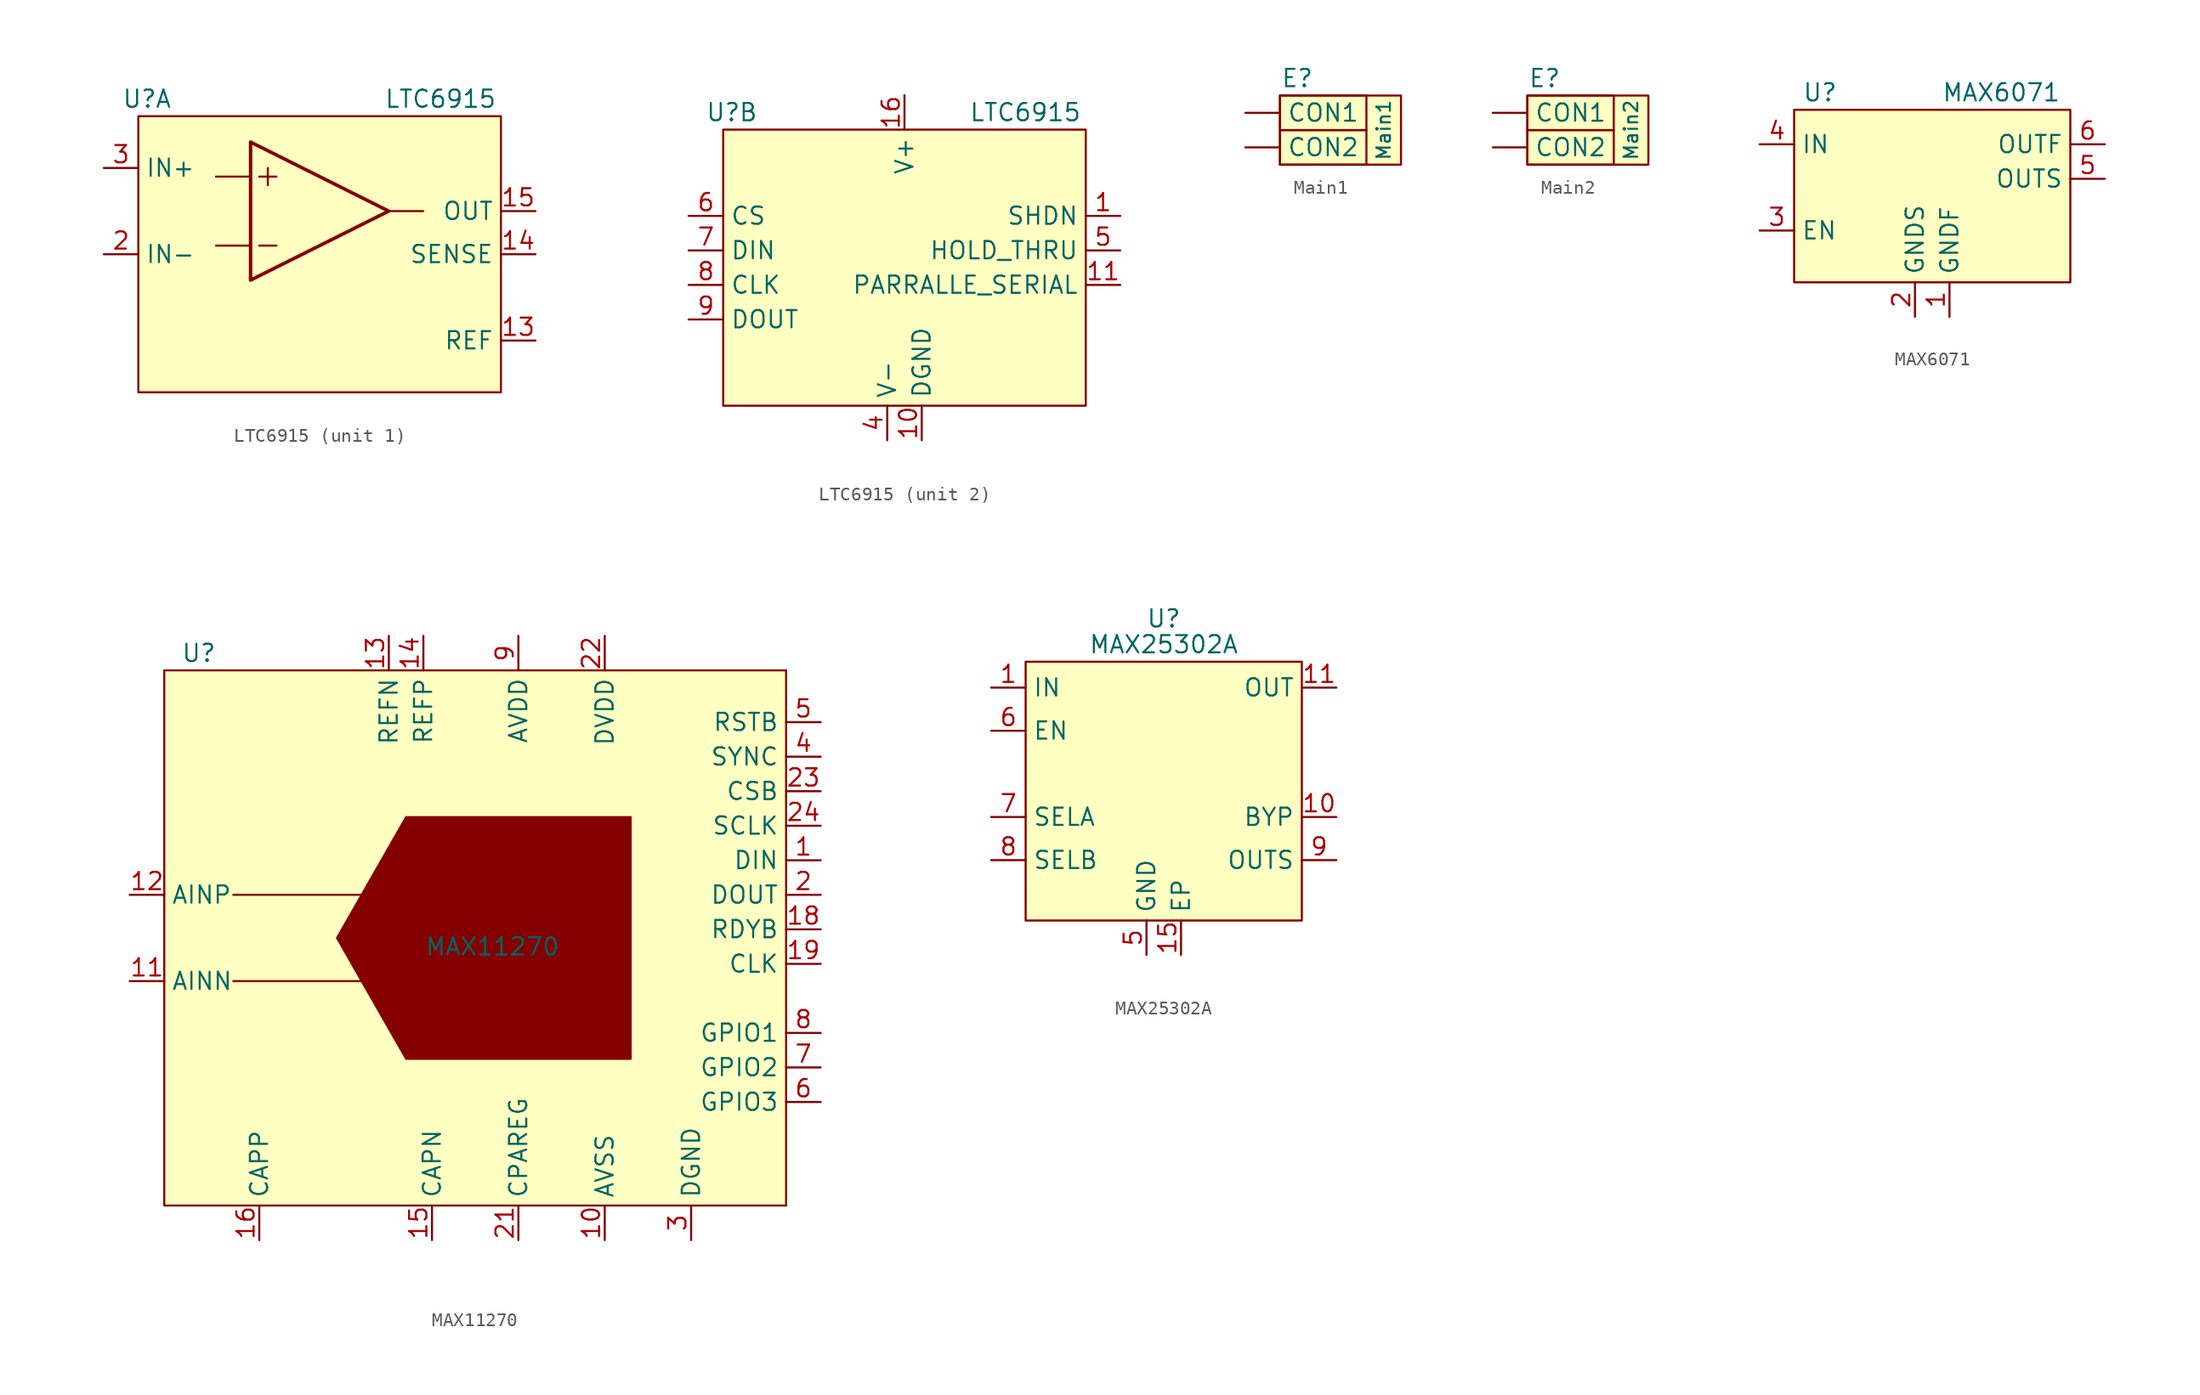
<source format=kicad_sym>
(kicad_symbol_lib
  (version 20220914)
  (generator kicad_symbol_editor)
  (symbol "LTC6915"
    (property "Reference" "U"
      (at -12.7 11.43 0)
      (effects (font (size 1.27 1.27))))
    (property "Value" "LTC6915"
      (at 8.89 11.43 0)
      (effects (font (size 1.27 1.27))))
    (property "ki_locked" ""
      (at 0 0 0)
      (effects (font (size 1.27 1.27))))
    (symbol "LTC6915_0_0"
      (rectangle (start -13.335 10.16) (end 13.335 -10.16) (stroke (width 0) (type default)) (fill (type background))))
    (symbol "LTC6915_1_0"
      (polyline (pts (xy -5.08 0.635) (xy -7.62 0.635)) (stroke (width 0) (type default)) (fill (type none)))
      (polyline (pts (xy -5.08 5.715) (xy -7.62 5.715)) (stroke (width 0) (type default)) (fill (type none)))
      (polyline (pts (xy -4.445 0.635) (xy -3.175 0.635)) (stroke (width 0) (type default)) (fill (type none)))
      (polyline (pts (xy -4.445 5.715) (xy -3.175 5.715)) (stroke (width 0) (type default)) (fill (type none)))
      (polyline (pts (xy -3.81 5.08) (xy -3.81 6.35)) (stroke (width 0) (type default)) (fill (type none)))
      (polyline (pts (xy 5.08 3.175) (xy 7.62 3.175)) (stroke (width 0) (type default)) (fill (type none))))
    (symbol "LTC6915_1_1"
      (polyline (pts (xy -5.08 8.255) (xy 5.08 3.175) (xy -5.08 -1.905) (xy -5.08 8.255)) (stroke (width 0.254) (type default)) (fill (type background)))
      (pin bidirectional line (at 15.875 -6.35 180) (length 2.54) (name "REF" (effects (font (size 1.27 1.27)))) (number "13" (effects (font (size 1.27 1.27)))))
      (pin output line (at 15.875 0 180) (length 2.54) (name "SENSE" (effects (font (size 1.27 1.27)))) (number "14" (effects (font (size 1.27 1.27)))))
      (pin output line (at 15.875 3.175 180) (length 2.54) (name "OUT" (effects (font (size 1.27 1.27)))) (number "15" (effects (font (size 1.27 1.27)))))
      (pin input line (at -15.875 0 0) (length 2.54) (name "IN-" (effects (font (size 1.27 1.27)))) (number "2" (effects (font (size 1.27 1.27)))))
      (pin input line (at -15.875 6.35 0) (length 2.54) (name "IN+" (effects (font (size 1.27 1.27)))) (number "3" (effects (font (size 1.27 1.27))))))
    (symbol "LTC6915_2_1"
      (pin output line (at 15.875 3.81 180) (length 2.54) (name "SHDN" (effects (font (size 1.27 1.27)))) (number "1" (effects (font (size 1.27 1.27)))))
      (pin power_in line (at 1.27 -12.7 90) (length 2.54) (name "DGND" (effects (font (size 1.27 1.27)))) (number "10" (effects (font (size 1.27 1.27)))))
      (pin input line (at 15.875 -1.27 180) (length 2.54) (name "PARRALLE_SERIAL" (effects (font (size 1.27 1.27)))) (number "11" (effects (font (size 1.27 1.27)))))
      (pin power_in line (at 0 12.7 270) (length 2.54) (name "V+" (effects (font (size 1.27 1.27)))) (number "16" (effects (font (size 1.27 1.27)))))
      (pin power_in line (at -1.27 -12.7 90) (length 2.54) (name "V-" (effects (font (size 1.27 1.27)))) (number "4" (effects (font (size 1.27 1.27)))))
      (pin output line (at 15.875 1.27 180) (length 2.54) (name "HOLD_THRU" (effects (font (size 1.27 1.27)))) (number "5" (effects (font (size 1.27 1.27)))))
      (pin input line (at -15.875 3.81 0) (length 2.54) (name "CS" (effects (font (size 1.27 1.27)))) (number "6" (effects (font (size 1.27 1.27)))))
      (pin input line (at -15.875 1.27 0) (length 2.54) (name "DIN" (effects (font (size 1.27 1.27)))) (number "7" (effects (font (size 1.27 1.27)))))
      (pin input line (at -15.875 -1.27 0) (length 2.54) (name "CLK" (effects (font (size 1.27 1.27)))) (number "8" (effects (font (size 1.27 1.27)))))
      (pin output line (at -15.875 -3.81 0) (length 2.54) (name "DOUT" (effects (font (size 1.27 1.27)))) (number "9" (effects (font (size 1.27 1.27)))))))
  (symbol "Main1"
    (property "Reference" "E"
      (at -5.08 3.81 0)
      (effects (font (size 1.27 1.27))))
    (property "Value" "Main1"
      (at 1.27 0 90)
      (effects (font (size 1 1))))
    (symbol "Main1_0_1"
      (rectangle (start -6.35 0) (end 0 -2.54) (stroke (width 0) (type default)) (fill (type none)))
      (rectangle (start -6.35 2.54) (end 0 0) (stroke (width 0) (type default)) (fill (type none)))
      (rectangle (start -6.35 2.54) (end 2.54 -2.54) (stroke (width 0) (type default)) (fill (type background))))
    (symbol "Main1_1_1"
      (pin power_in line (at -8.89 1.27 0) (length 2.54) (name "CON1" (effects (font (size 1.27 1.27)))) (number "" (effects (font (size 1.27 1.27)))))
      (pin power_in line (at -8.89 -1.27 0) (length 2.54) (name "CON2" (effects (font (size 1.27 1.27)))) (number "" (effects (font (size 1.27 1.27)))))))
  (symbol "Main2"
    (property "Reference" "E"
      (at -5.08 3.81 0)
      (effects (font (size 1.27 1.27))))
    (property "Value" "Main2"
      (at 1.27 0 90)
      (effects (font (size 1 1))))
    (symbol "Main2_0_1"
      (rectangle (start -6.35 0) (end 0 -2.54) (stroke (width 0) (type default)) (fill (type none)))
      (rectangle (start -6.35 2.54) (end 0 0) (stroke (width 0) (type default)) (fill (type none)))
      (rectangle (start -6.35 2.54) (end 2.54 -2.54) (stroke (width 0) (type default)) (fill (type background))))
    (symbol "Main2_1_1"
      (pin power_in line (at -8.89 1.27 0) (length 2.54) (name "CON1" (effects (font (size 1.27 1.27)))) (number "" (effects (font (size 1.27 1.27)))))
      (pin power_in line (at -8.89 -1.27 0) (length 2.54) (name "CON2" (effects (font (size 1.27 1.27)))) (number "" (effects (font (size 1.27 1.27)))))))
  (symbol "MAX6071"
    (property "Reference" "U"
      (at -8.255 7.62 0)
      (effects (font (size 1.27 1.27))))
    (property "Value" "MAX6071"
      (at 5.08 7.62 0)
      (effects (font (size 1.27 1.27))))
    (symbol "MAX6071_0_1"
      (rectangle (start -10.16 6.35) (end 10.16 -6.35) (stroke (width 0) (type default)) (fill (type background))))
    (symbol "MAX6071_1_1"
      (pin power_in line (at 1.27 -8.89 90) (length 2.54) (name "GNDF" (effects (font (size 1.27 1.27)))) (number "1" (effects (font (size 1.27 1.27)))))
      (pin power_in line (at -1.27 -8.89 90) (length 2.54) (name "GNDS" (effects (font (size 1.27 1.27)))) (number "2" (effects (font (size 1.27 1.27)))))
      (pin input line (at -12.7 -2.54 0) (length 2.54) (name "EN" (effects (font (size 1.27 1.27)))) (number "3" (effects (font (size 1.27 1.27)))))
      (pin power_in line (at -12.7 3.81 0) (length 2.54) (name "IN" (effects (font (size 1.27 1.27)))) (number "4" (effects (font (size 1.27 1.27)))))
      (pin output line (at 12.7 1.27 180) (length 2.54) (name "OUTS" (effects (font (size 1.27 1.27)))) (number "5" (effects (font (size 1.27 1.27)))))
      (pin output line (at 12.7 3.81 180) (length 2.54) (name "OUTF" (effects (font (size 1.27 1.27)))) (number "6" (effects (font (size 1.27 1.27)))))))
  (symbol "MAX11270"
    (property "Reference" "U"
      (at -20.32 24.13 0)
      (effects (font (size 1.27 1.27))))
    (property "Value" "MAX11270"
      (at 1.27 2.54 0)
      (effects (font (size 1.27 1.27))))
    (symbol "MAX11270_0_1"
      (rectangle (start -22.86 22.86) (end 22.86 -16.51) (stroke (width 0) (type default)) (fill (type background)))
      (polyline (pts (xy -17.78 0) (xy -5.08 0)) (stroke (width 0) (type default)) (fill (type none)))
      (polyline (pts (xy -17.78 6.35) (xy -5.08 6.35)) (stroke (width 0) (type default)) (fill (type none)))
      (polyline (pts (xy -10.16 3.175) (xy -5.08 12.065) (xy 11.43 12.065) (xy 11.43 -5.715) (xy -5.08 -5.715) (xy -10.16 3.175)) (stroke (width 0) (type default)) (fill (type outline))))
    (symbol "MAX11270_1_1"
      (pin input line (at 25.4 8.89 180) (length 2.54) (name "DIN" (effects (font (size 1.27 1.27)))) (number "1" (effects (font (size 1.27 1.27)))))
      (pin power_in line (at 9.525 -19.05 90) (length 2.54) (name "AVSS" (effects (font (size 1.27 1.27)))) (number "10" (effects (font (size 1.27 1.27)))))
      (pin input line (at -25.4 0 0) (length 2.54) (name "AINN" (effects (font (size 1.27 1.27)))) (number "11" (effects (font (size 1.27 1.27)))))
      (pin input line (at -25.4 6.35 0) (length 2.54) (name "AINP" (effects (font (size 1.27 1.27)))) (number "12" (effects (font (size 1.27 1.27)))))
      (pin power_in line (at -6.35 25.4 270) (length 2.54) (name "REFN" (effects (font (size 1.27 1.27)))) (number "13" (effects (font (size 1.27 1.27)))))
      (pin power_in line (at -3.81 25.4 270) (length 2.54) (name "REFP" (effects (font (size 1.27 1.27)))) (number "14" (effects (font (size 1.27 1.27)))))
      (pin power_in line (at -3.175 -19.05 90) (length 2.54) (name "CAPN" (effects (font (size 1.27 1.27)))) (number "15" (effects (font (size 1.27 1.27)))))
      (pin power_in line (at -15.875 -19.05 90) (length 2.54) (name "CAPP" (effects (font (size 1.27 1.27)))) (number "16" (effects (font (size 1.27 1.27)))))
      (pin power_in line (at 9.525 -19.05 90) (length 2.54) hide (name "AVSS" (effects (font (size 1.27 1.27)))) (number "17" (effects (font (size 1.27 1.27)))))
      (pin output line (at 25.4 3.81 180) (length 2.54) (name "RDYB" (effects (font (size 1.27 1.27)))) (number "18" (effects (font (size 1.27 1.27)))))
      (pin power_in line (at 25.4 1.27 180) (length 2.54) (name "CLK" (effects (font (size 1.27 1.27)))) (number "19" (effects (font (size 1.27 1.27)))))
      (pin output line (at 25.4 6.35 180) (length 2.54) (name "DOUT" (effects (font (size 1.27 1.27)))) (number "2" (effects (font (size 1.27 1.27)))))
      (pin power_in line (at 15.875 -19.05 90) (length 2.54) hide (name "DGND" (effects (font (size 1.27 1.27)))) (number "20" (effects (font (size 1.27 1.27)))))
      (pin power_in line (at 3.175 -19.05 90) (length 2.54) (name "CPAREG" (effects (font (size 1.27 1.27)))) (number "21" (effects (font (size 1.27 1.27)))))
      (pin power_in line (at 9.525 25.4 270) (length 2.54) (name "DVDD" (effects (font (size 1.27 1.27)))) (number "22" (effects (font (size 1.27 1.27)))))
      (pin input line (at 25.4 13.97 180) (length 2.54) (name "CSB" (effects (font (size 1.27 1.27)))) (number "23" (effects (font (size 1.27 1.27)))))
      (pin input line (at 25.4 11.43 180) (length 2.54) (name "SCLK" (effects (font (size 1.27 1.27)))) (number "24" (effects (font (size 1.27 1.27)))))
      (pin power_in line (at 15.875 -19.05 90) (length 2.54) (name "DGND" (effects (font (size 1.27 1.27)))) (number "3" (effects (font (size 1.27 1.27)))))
      (pin input line (at 25.4 16.51 180) (length 2.54) (name "SYNC" (effects (font (size 1.27 1.27)))) (number "4" (effects (font (size 1.27 1.27)))))
      (pin input line (at 25.4 19.05 180) (length 2.54) (name "RSTB" (effects (font (size 1.27 1.27)))) (number "5" (effects (font (size 1.27 1.27)))))
      (pin bidirectional line (at 25.4 -8.89 180) (length 2.54) (name "GPIO3" (effects (font (size 1.27 1.27)))) (number "6" (effects (font (size 1.27 1.27)))))
      (pin bidirectional line (at 25.4 -6.35 180) (length 2.54) (name "GPIO2" (effects (font (size 1.27 1.27)))) (number "7" (effects (font (size 1.27 1.27)))))
      (pin bidirectional line (at 25.4 -3.81 180) (length 2.54) (name "GPIO1" (effects (font (size 1.27 1.27)))) (number "8" (effects (font (size 1.27 1.27)))))
      (pin power_in line (at 3.175 25.4 270) (length 2.54) (name "AVDD" (effects (font (size 1.27 1.27)))) (number "9" (effects (font (size 1.27 1.27)))))))
  (symbol "MAX25302A"
    (property "Reference" "U"
      (at 0 5.08 0)
      (effects (font (size 1.27 1.27))))
    (property "Value" "MAX25302A"
      (at 0 3.175 0)
      (effects (font (size 1.27 1.27))))
    (symbol "MAX25302A_0_1"
      (rectangle (start -10.16 1.905) (end 10.16 -17.145) (stroke (width 0) (type default)) (fill (type background))))
    (symbol "MAX25302A_1_1"
      (pin power_in line (at -12.7 0 0) (length 2.54) (name "IN" (effects (font (size 1.27 1.27)))) (number "1" (effects (font (size 1.27 1.27)))))
      (pin bidirectional line (at 12.7 -9.525 180) (length 2.54) (name "BYP" (effects (font (size 1.27 1.27)))) (number "10" (effects (font (size 1.27 1.27)))))
      (pin power_out line (at 12.7 0 180) (length 2.54) (name "OUT" (effects (font (size 1.27 1.27)))) (number "11" (effects (font (size 1.27 1.27)))))
      (pin power_out line (at 12.7 0 180) (length 2.54) hide (name "OUT" (effects (font (size 1.27 1.27)))) (number "12" (effects (font (size 1.27 1.27)))))
      (pin power_out line (at 12.7 0 180) (length 2.54) hide (name "OUT" (effects (font (size 1.27 1.27)))) (number "13" (effects (font (size 1.27 1.27)))))
      (pin power_out line (at 12.7 0 180) (length 2.54) hide (name "OUT" (effects (font (size 1.27 1.27)))) (number "14" (effects (font (size 1.27 1.27)))))
      (pin power_in line (at 1.27 -19.685 90) (length 2.54) (name "EP" (effects (font (size 1.27 1.27)))) (number "15" (effects (font (size 1.27 1.27)))))
      (pin power_in line (at -12.7 0 0) (length 2.54) hide (name "IN" (effects (font (size 1.27 1.27)))) (number "2" (effects (font (size 1.27 1.27)))))
      (pin power_in line (at -12.7 0 0) (length 2.54) hide (name "IN" (effects (font (size 1.27 1.27)))) (number "3" (effects (font (size 1.27 1.27)))))
      (pin power_in line (at -12.7 0 0) (length 2.54) hide (name "IN" (effects (font (size 1.27 1.27)))) (number "4" (effects (font (size 1.27 1.27)))))
      (pin power_in line (at -1.27 -19.685 90) (length 2.54) (name "GND" (effects (font (size 1.27 1.27)))) (number "5" (effects (font (size 1.27 1.27)))))
      (pin input line (at -12.7 -3.175 0) (length 2.54) (name "EN" (effects (font (size 1.27 1.27)))) (number "6" (effects (font (size 1.27 1.27)))))
      (pin input line (at -12.7 -9.525 0) (length 2.54) (name "SELA" (effects (font (size 1.27 1.27)))) (number "7" (effects (font (size 1.27 1.27)))))
      (pin input line (at -12.7 -12.7 0) (length 2.54) (name "SELB" (effects (font (size 1.27 1.27)))) (number "8" (effects (font (size 1.27 1.27)))))
      (pin input line (at 12.7 -12.7 180) (length 2.54) (name "OUTS" (effects (font (size 1.27 1.27)))) (number "9" (effects (font (size 1.27 1.27))))))))
</source>
